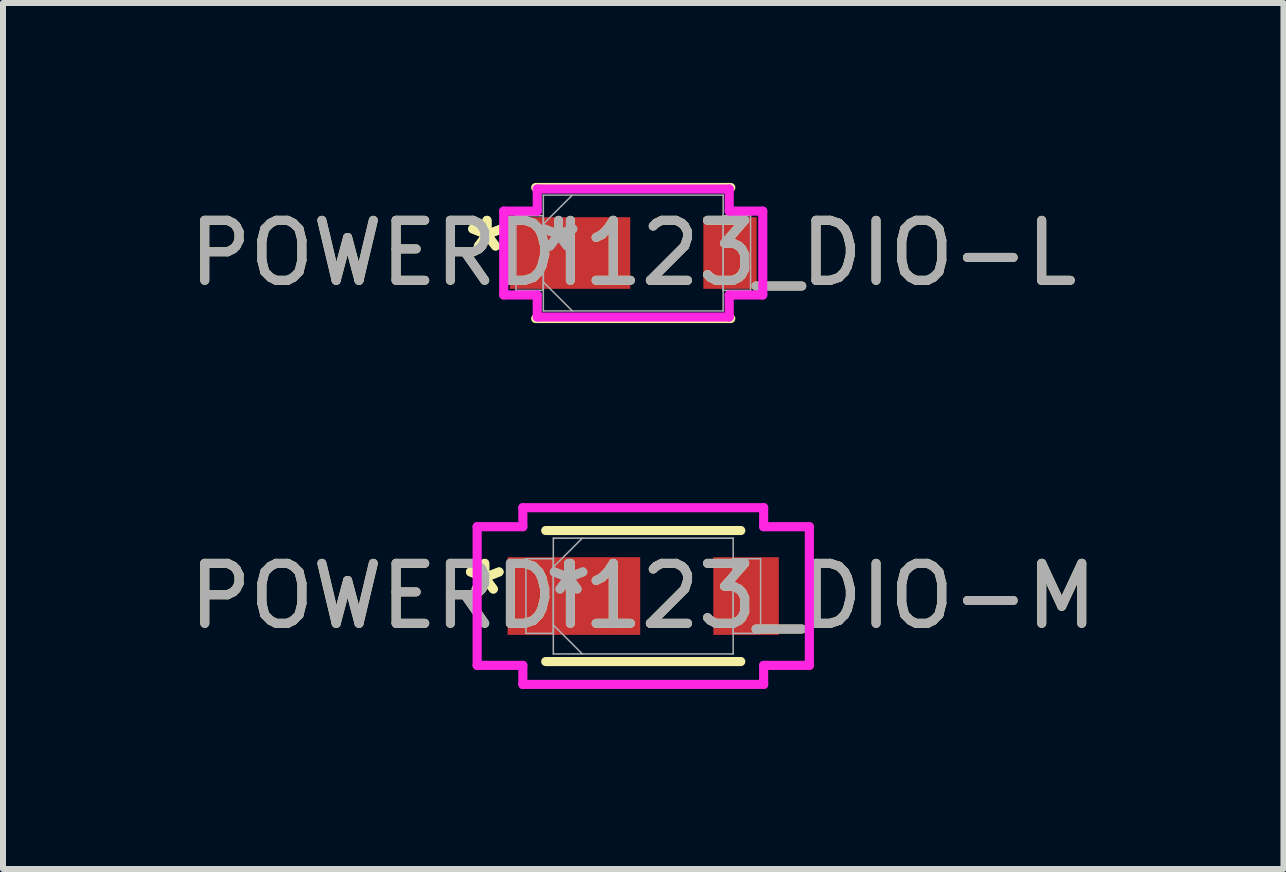
<source format=kicad_pcb>
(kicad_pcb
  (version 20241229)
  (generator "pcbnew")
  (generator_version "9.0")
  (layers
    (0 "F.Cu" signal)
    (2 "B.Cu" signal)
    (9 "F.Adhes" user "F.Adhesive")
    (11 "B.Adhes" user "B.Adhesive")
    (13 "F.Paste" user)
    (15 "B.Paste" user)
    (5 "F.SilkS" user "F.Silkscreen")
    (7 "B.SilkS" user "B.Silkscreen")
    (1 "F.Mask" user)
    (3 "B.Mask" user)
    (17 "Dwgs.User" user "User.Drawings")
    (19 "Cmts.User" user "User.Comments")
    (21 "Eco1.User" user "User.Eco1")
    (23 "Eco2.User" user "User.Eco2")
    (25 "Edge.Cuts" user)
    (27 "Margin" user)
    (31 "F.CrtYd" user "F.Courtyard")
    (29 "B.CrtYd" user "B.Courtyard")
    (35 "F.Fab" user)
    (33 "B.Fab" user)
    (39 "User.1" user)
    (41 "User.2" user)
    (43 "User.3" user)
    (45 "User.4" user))
  (footprint "POWERDI123_DIO-M"
    (layer "F.Cu")
    (at 7.673 6.886)
    (property "Reference" "POWERDI123_DIO-M" (at 0 0 0) (unlocked yes) (layer "F.SilkS") (effects (font (size 1 1) (thickness 0.15))))
    (attr smd)
    (fp_line (start -1.626 1.092) (end 1.626 1.092) (stroke (width 0.152) (type solid)) (layer "F.SilkS"))
    (fp_line (start 1.626 -1.092) (end -1.626 -1.092) (stroke (width 0.152) (type solid)) (layer "F.SilkS"))
    (fp_line (start -2.769 -1.156) (end -2.007 -1.156) (stroke (width 0.152) (type solid)) (layer "F.CrtYd"))
    (fp_line (start -2.769 1.156) (end -2.769 -1.156) (stroke (width 0.152) (type solid)) (layer "F.CrtYd"))
    (fp_line (start -2.007 -1.473) (end 2.007 -1.473) (stroke (width 0.152) (type solid)) (layer "F.CrtYd"))
    (fp_line (start -2.007 -1.156) (end -2.007 -1.473) (stroke (width 0.152) (type solid)) (layer "F.CrtYd"))
    (fp_line (start -2.007 1.156) (end -2.769 1.156) (stroke (width 0.152) (type solid)) (layer "F.CrtYd"))
    (fp_line (start -2.007 1.473) (end -2.007 1.156) (stroke (width 0.152) (type solid)) (layer "F.CrtYd"))
    (fp_line (start 2.007 -1.473) (end 2.007 -1.156) (stroke (width 0.152) (type solid)) (layer "F.CrtYd"))
    (fp_line (start 2.007 -1.156) (end 2.769 -1.156) (stroke (width 0.152) (type solid)) (layer "F.CrtYd"))
    (fp_line (start 2.007 1.156) (end 2.007 1.473) (stroke (width 0.152) (type solid)) (layer "F.CrtYd"))
    (fp_line (start 2.007 1.473) (end -2.007 1.473) (stroke (width 0.152) (type solid)) (layer "F.CrtYd"))
    (fp_line (start 2.769 -1.156) (end 2.769 1.156) (stroke (width 0.152) (type solid)) (layer "F.CrtYd"))
    (fp_line (start 2.769 1.156) (end 2.007 1.156) (stroke (width 0.152) (type solid)) (layer "F.CrtYd"))
    (fp_line (start -1.956 -0.622) (end -1.956 0.622) (stroke (width 0.025) (type solid)) (layer "F.Fab"))
    (fp_line (start -1.956 0.622) (end -1.499 0.622) (stroke (width 0.025) (type solid)) (layer "F.Fab"))
    (fp_line (start -1.499 -0.965) (end -1.499 0.965) (stroke (width 0.025) (type solid)) (layer "F.Fab"))
    (fp_line (start -1.499 -0.622) (end -1.956 -0.622) (stroke (width 0.025) (type solid)) (layer "F.Fab"))
    (fp_line (start -1.499 -0.483) (end -1.016 -0.965) (stroke (width 0.025) (type solid)) (layer "F.Fab"))
    (fp_line (start -1.499 0.483) (end -1.016 0.965) (stroke (width 0.025) (type solid)) (layer "F.Fab"))
    (fp_line (start -1.499 0.622) (end -1.499 -0.622) (stroke (width 0.025) (type solid)) (layer "F.Fab"))
    (fp_line (start -1.499 0.965) (end 1.499 0.965) (stroke (width 0.025) (type solid)) (layer "F.Fab"))
    (fp_line (start 1.499 -0.965) (end -1.499 -0.965) (stroke (width 0.025) (type solid)) (layer "F.Fab"))
    (fp_line (start 1.499 -0.622) (end 1.499 0.622) (stroke (width 0.025) (type solid)) (layer "F.Fab"))
    (fp_line (start 1.499 0.622) (end 1.956 0.622) (stroke (width 0.025) (type solid)) (layer "F.Fab"))
    (fp_line (start 1.499 0.965) (end 1.499 -0.965) (stroke (width 0.025) (type solid)) (layer "F.Fab"))
    (fp_line (start 1.956 -0.622) (end 1.499 -0.622) (stroke (width 0.025) (type solid)) (layer "F.Fab"))
    (fp_line (start 1.956 0.622) (end 1.956 -0.622) (stroke (width 0.025) (type solid)) (layer "F.Fab"))
    (fp_text user "*" (at -2.642 0 0) (layer "F.SilkS") (effects (font (size 1 1) (thickness 0.15))))
    (fp_text user "*" (at -2.642 0 0) (unlocked yes) (layer "F.SilkS") (effects (font (size 1 1) (thickness 0.15))))
    (fp_text user "*" (at -1.245 0 0) (unlocked yes) (layer "F.Fab") (effects (font (size 1 1) (thickness 0.15))))
    (fp_text user "${REFERENCE}" (at 0 0 0) (unlocked yes) (layer "F.Fab") (effects (font (size 1 1) (thickness 0.15))))
    (fp_text user "*" (at -1.245 0 0) (layer "F.Fab") (effects (font (size 1 1) (thickness 0.15))))
    (pad "1" smd rect (at -1.156 0) (size 2.21 1.295) (layers "F.Cu" "F.Mask" "F.Paste"))
    (pad "2" smd rect (at 1.714 0) (size 1.092 1.295) (layers "F.Cu" "F.Mask" "F.Paste"))
    (zone (net_name "") (layer "F.Cu") (hatch full 0.508) (connect_pads) (min_thickness 0.254) (filled_areas_thickness no) (keepout (tracks not_allowed) (vias not_allowed) (pads allowed) (copperpour not_allowed) (footprints allowed)) (placement (enabled no)) (fill) (polygon (pts (xy 7.673 5.972) (xy 8.79 5.972) (xy 8.79 7.801) (xy 7.673 7.801)))))
  (footprint "POWERDI123_DIO-L"
    (layer "F.Cu")
    (at 7.506 1.168)
    (property "Reference" "POWERDI123_DIO-L" (at 0 0 0) (unlocked yes) (layer "F.SilkS") (effects (font (size 1 1) (thickness 0.15))))
    (attr smd)
    (fp_line (start -1.626 1.092) (end 1.626 1.092) (stroke (width 0.152) (type solid)) (layer "F.SilkS"))
    (fp_line (start 1.626 -1.092) (end -1.626 -1.092) (stroke (width 0.152) (type solid)) (layer "F.SilkS"))
    (fp_line (start -2.159 -0.699) (end -1.6 -0.699) (stroke (width 0.152) (type solid)) (layer "F.CrtYd"))
    (fp_line (start -2.159 0.699) (end -2.159 -0.699) (stroke (width 0.152) (type solid)) (layer "F.CrtYd"))
    (fp_line (start -1.6 -1.067) (end 1.6 -1.067) (stroke (width 0.152) (type solid)) (layer "F.CrtYd"))
    (fp_line (start -1.6 -0.699) (end -1.6 -1.067) (stroke (width 0.152) (type solid)) (layer "F.CrtYd"))
    (fp_line (start -1.6 0.699) (end -2.159 0.699) (stroke (width 0.152) (type solid)) (layer "F.CrtYd"))
    (fp_line (start -1.6 1.067) (end -1.6 0.699) (stroke (width 0.152) (type solid)) (layer "F.CrtYd"))
    (fp_line (start 1.6 -1.067) (end 1.6 -0.699) (stroke (width 0.152) (type solid)) (layer "F.CrtYd"))
    (fp_line (start 1.6 -0.699) (end 2.159 -0.699) (stroke (width 0.152) (type solid)) (layer "F.CrtYd"))
    (fp_line (start 1.6 0.699) (end 1.6 1.067) (stroke (width 0.152) (type solid)) (layer "F.CrtYd"))
    (fp_line (start 1.6 1.067) (end -1.6 1.067) (stroke (width 0.152) (type solid)) (layer "F.CrtYd"))
    (fp_line (start 2.159 -0.699) (end 2.159 0.699) (stroke (width 0.152) (type solid)) (layer "F.CrtYd"))
    (fp_line (start 2.159 0.699) (end 1.6 0.699) (stroke (width 0.152) (type solid)) (layer "F.CrtYd"))
    (fp_line (start -1.956 -0.622) (end -1.956 0.622) (stroke (width 0.025) (type solid)) (layer "F.Fab"))
    (fp_line (start -1.956 0.622) (end -1.499 0.622) (stroke (width 0.025) (type solid)) (layer "F.Fab"))
    (fp_line (start -1.499 -0.965) (end -1.499 0.965) (stroke (width 0.025) (type solid)) (layer "F.Fab"))
    (fp_line (start -1.499 -0.622) (end -1.956 -0.622) (stroke (width 0.025) (type solid)) (layer "F.Fab"))
    (fp_line (start -1.499 -0.483) (end -1.016 -0.965) (stroke (width 0.025) (type solid)) (layer "F.Fab"))
    (fp_line (start -1.499 0.483) (end -1.016 0.965) (stroke (width 0.025) (type solid)) (layer "F.Fab"))
    (fp_line (start -1.499 0.622) (end -1.499 -0.622) (stroke (width 0.025) (type solid)) (layer "F.Fab"))
    (fp_line (start -1.499 0.965) (end 1.499 0.965) (stroke (width 0.025) (type solid)) (layer "F.Fab"))
    (fp_line (start 1.499 -0.965) (end -1.499 -0.965) (stroke (width 0.025) (type solid)) (layer "F.Fab"))
    (fp_line (start 1.499 -0.622) (end 1.499 0.622) (stroke (width 0.025) (type solid)) (layer "F.Fab"))
    (fp_line (start 1.499 0.622) (end 1.956 0.622) (stroke (width 0.025) (type solid)) (layer "F.Fab"))
    (fp_line (start 1.499 0.965) (end 1.499 -0.965) (stroke (width 0.025) (type solid)) (layer "F.Fab"))
    (fp_line (start 1.956 -0.622) (end 1.499 -0.622) (stroke (width 0.025) (type solid)) (layer "F.Fab"))
    (fp_line (start 1.956 0.622) (end 1.956 -0.622) (stroke (width 0.025) (type solid)) (layer "F.Fab"))
    (fp_text user "*" (at -2.438 0 0) (layer "F.SilkS") (effects (font (size 1 1) (thickness 0.15))))
    (fp_text user "*" (at -2.438 0 0) (unlocked yes) (layer "F.SilkS") (effects (font (size 1 1) (thickness 0.15))))
    (fp_text user "${REFERENCE}" (at 0 0 0) (unlocked yes) (layer "F.Fab") (effects (font (size 1 1) (thickness 0.15))))
    (fp_text user "*" (at -1.245 0 0) (layer "F.Fab") (effects (font (size 1 1) (thickness 0.15))))
    (fp_text user "*" (at -1.245 0 0) (unlocked yes) (layer "F.Fab") (effects (font (size 1 1) (thickness 0.15))))
    (pad "1" smd rect (at -1.054 0) (size 2.007 1.194) (layers "F.Cu" "F.Mask" "F.Paste"))
    (pad "2" smd rect (at 1.613 0) (size 0.889 1.194) (layers "F.Cu" "F.Mask" "F.Paste"))
    (zone (net_name "") (layer "F.Cu") (hatch full 0.508) (connect_pads) (min_thickness 0.254) (filled_areas_thickness no) (keepout (tracks not_allowed) (vias not_allowed) (pads allowed) (copperpour not_allowed) (footprints allowed)) (placement (enabled no)) (fill) (polygon (pts (xy 7.506 0.254) (xy 8.624 0.254) (xy 8.624 2.083) (xy 7.506 2.083)))))
  (gr_rect
    (start -3 -3)
    (end 18.345 11.436)
    (stroke (width 0.1) (type default))
    (fill no)
    (layer "Edge.Cuts")))
</source>
